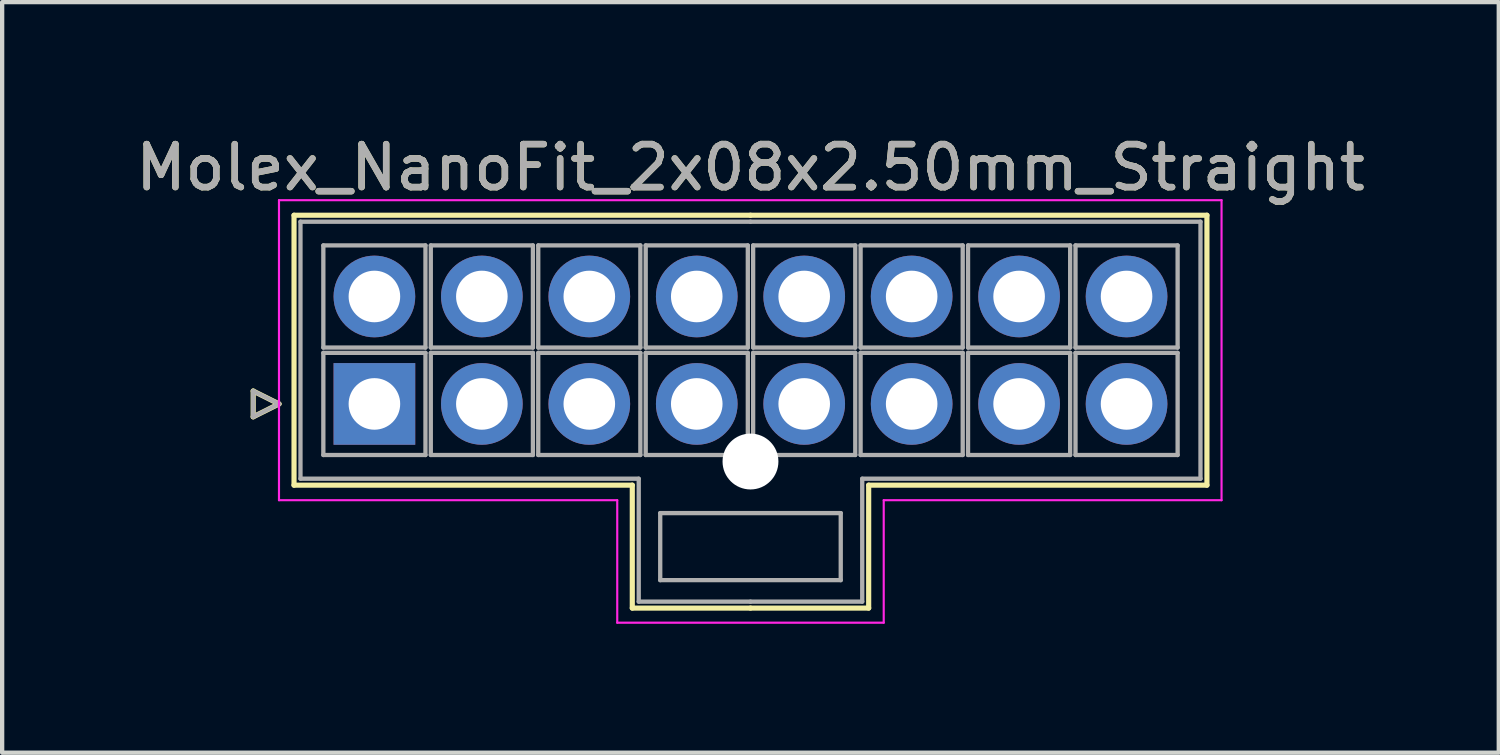
<source format=kicad_pcb>
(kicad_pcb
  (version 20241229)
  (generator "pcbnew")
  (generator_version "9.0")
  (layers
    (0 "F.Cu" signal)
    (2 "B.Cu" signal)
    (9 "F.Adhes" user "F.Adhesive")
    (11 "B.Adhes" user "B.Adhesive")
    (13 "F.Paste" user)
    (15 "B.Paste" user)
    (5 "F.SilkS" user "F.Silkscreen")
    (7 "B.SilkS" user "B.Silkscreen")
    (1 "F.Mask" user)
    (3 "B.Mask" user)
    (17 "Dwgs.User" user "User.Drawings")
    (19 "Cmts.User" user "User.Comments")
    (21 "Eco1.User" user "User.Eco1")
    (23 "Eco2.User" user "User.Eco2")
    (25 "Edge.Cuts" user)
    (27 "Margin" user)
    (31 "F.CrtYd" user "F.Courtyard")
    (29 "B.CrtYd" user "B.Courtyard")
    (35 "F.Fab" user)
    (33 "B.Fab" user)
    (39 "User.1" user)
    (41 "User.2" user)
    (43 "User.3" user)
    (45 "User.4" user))
  (footprint "Molex_NanoFit_2x08x2.50mm_Straight"
    (layer "F.Cu")
    (at 5.661 6.348)
    (property "Reference" "Molex_NanoFit_2x08x2.50mm_Straight" (at 8.75 -5.5 0) (layer "F.SilkS") (effects (font (size 1 1) (thickness 0.15))))
    (attr through_hole)
    (fp_line (start -2.82 -0.3) (end -2.22 0) (stroke (width 0.12) (type solid)) (layer "F.SilkS"))
    (fp_line (start -2.82 0.3) (end -2.82 -0.3) (stroke (width 0.12) (type solid)) (layer "F.SilkS"))
    (fp_line (start -2.22 0) (end -2.82 0.3) (stroke (width 0.12) (type solid)) (layer "F.SilkS"))
    (fp_line (start -1.87 -4.39) (end -1.87 1.89) (stroke (width 0.12) (type solid)) (layer "F.SilkS"))
    (fp_line (start -1.87 1.89) (end 6 1.89) (stroke (width 0.12) (type solid)) (layer "F.SilkS"))
    (fp_line (start 6 1.89) (end 6 4.75) (stroke (width 0.12) (type solid)) (layer "F.SilkS"))
    (fp_line (start 6 4.75) (end 8.75 4.75) (stroke (width 0.12) (type solid)) (layer "F.SilkS"))
    (fp_line (start 8.75 -4.39) (end -1.87 -4.39) (stroke (width 0.12) (type solid)) (layer "F.SilkS"))
    (fp_line (start 8.75 -4.39) (end 19.37 -4.39) (stroke (width 0.12) (type solid)) (layer "F.SilkS"))
    (fp_line (start 11.5 1.89) (end 11.5 4.75) (stroke (width 0.12) (type solid)) (layer "F.SilkS"))
    (fp_line (start 11.5 4.75) (end 8.75 4.75) (stroke (width 0.12) (type solid)) (layer "F.SilkS"))
    (fp_line (start 19.37 -4.39) (end 19.37 1.89) (stroke (width 0.12) (type solid)) (layer "F.SilkS"))
    (fp_line (start 19.37 1.89) (end 11.5 1.89) (stroke (width 0.12) (type solid)) (layer "F.SilkS"))
    (fp_line (start -2.22 -4.74) (end -2.22 2.24) (stroke (width 0.05) (type solid)) (layer "F.CrtYd"))
    (fp_line (start -2.22 2.24) (end 5.65 2.24) (stroke (width 0.05) (type solid)) (layer "F.CrtYd"))
    (fp_line (start 5.65 2.24) (end 5.65 5.09) (stroke (width 0.05) (type solid)) (layer "F.CrtYd"))
    (fp_line (start 5.65 5.09) (end 11.85 5.09) (stroke (width 0.05) (type solid)) (layer "F.CrtYd"))
    (fp_line (start 11.85 2.24) (end 19.71 2.24) (stroke (width 0.05) (type solid)) (layer "F.CrtYd"))
    (fp_line (start 11.85 5.09) (end 11.85 2.24) (stroke (width 0.05) (type solid)) (layer "F.CrtYd"))
    (fp_line (start 19.71 -4.74) (end -2.22 -4.74) (stroke (width 0.05) (type solid)) (layer "F.CrtYd"))
    (fp_line (start 19.71 2.24) (end 19.71 -4.74) (stroke (width 0.05) (type solid)) (layer "F.CrtYd"))
    (fp_line (start -2.82 -0.3) (end -2.22 0) (stroke (width 0.1) (type solid)) (layer "F.Fab"))
    (fp_line (start -2.82 0.3) (end -2.82 -0.3) (stroke (width 0.1) (type solid)) (layer "F.Fab"))
    (fp_line (start -2.22 0) (end -2.82 0.3) (stroke (width 0.1) (type solid)) (layer "F.Fab"))
    (fp_line (start -1.72 -4.24) (end -1.72 1.74) (stroke (width 0.1) (type solid)) (layer "F.Fab"))
    (fp_line (start -1.72 1.74) (end 6.15 1.74) (stroke (width 0.1) (type solid)) (layer "F.Fab"))
    (fp_line (start -1.188 -3.688) (end -1.188 -1.312) (stroke (width 0.1) (type solid)) (layer "F.Fab"))
    (fp_line (start -1.188 -1.312) (end 1.188 -1.312) (stroke (width 0.1) (type solid)) (layer "F.Fab"))
    (fp_line (start -1.188 -1.188) (end -1.188 1.188) (stroke (width 0.1) (type solid)) (layer "F.Fab"))
    (fp_line (start -1.188 1.188) (end 1.188 1.188) (stroke (width 0.1) (type solid)) (layer "F.Fab"))
    (fp_line (start 1.188 -3.688) (end -1.188 -3.688) (stroke (width 0.1) (type solid)) (layer "F.Fab"))
    (fp_line (start 1.188 -1.312) (end 1.188 -3.688) (stroke (width 0.1) (type solid)) (layer "F.Fab"))
    (fp_line (start 1.188 -1.188) (end -1.188 -1.188) (stroke (width 0.1) (type solid)) (layer "F.Fab"))
    (fp_line (start 1.188 1.188) (end 1.188 -1.188) (stroke (width 0.1) (type solid)) (layer "F.Fab"))
    (fp_line (start 1.312 -3.688) (end 1.312 -1.312) (stroke (width 0.1) (type solid)) (layer "F.Fab"))
    (fp_line (start 1.312 -1.312) (end 3.688 -1.312) (stroke (width 0.1) (type solid)) (layer "F.Fab"))
    (fp_line (start 1.312 -1.188) (end 1.312 1.188) (stroke (width 0.1) (type solid)) (layer "F.Fab"))
    (fp_line (start 1.312 1.188) (end 3.688 1.188) (stroke (width 0.1) (type solid)) (layer "F.Fab"))
    (fp_line (start 3.688 -3.688) (end 1.312 -3.688) (stroke (width 0.1) (type solid)) (layer "F.Fab"))
    (fp_line (start 3.688 -1.312) (end 3.688 -3.688) (stroke (width 0.1) (type solid)) (layer "F.Fab"))
    (fp_line (start 3.688 -1.188) (end 1.312 -1.188) (stroke (width 0.1) (type solid)) (layer "F.Fab"))
    (fp_line (start 3.688 1.188) (end 3.688 -1.188) (stroke (width 0.1) (type solid)) (layer "F.Fab"))
    (fp_line (start 3.812 -3.688) (end 3.812 -1.312) (stroke (width 0.1) (type solid)) (layer "F.Fab"))
    (fp_line (start 3.812 -1.312) (end 6.188 -1.312) (stroke (width 0.1) (type solid)) (layer "F.Fab"))
    (fp_line (start 3.812 -1.188) (end 3.812 1.188) (stroke (width 0.1) (type solid)) (layer "F.Fab"))
    (fp_line (start 3.812 1.188) (end 6.188 1.188) (stroke (width 0.1) (type solid)) (layer "F.Fab"))
    (fp_line (start 6.15 1.74) (end 6.15 4.6) (stroke (width 0.1) (type solid)) (layer "F.Fab"))
    (fp_line (start 6.15 4.6) (end 8.75 4.6) (stroke (width 0.1) (type solid)) (layer "F.Fab"))
    (fp_line (start 6.188 -3.688) (end 3.812 -3.688) (stroke (width 0.1) (type solid)) (layer "F.Fab"))
    (fp_line (start 6.188 -1.312) (end 6.188 -3.688) (stroke (width 0.1) (type solid)) (layer "F.Fab"))
    (fp_line (start 6.188 -1.188) (end 3.812 -1.188) (stroke (width 0.1) (type solid)) (layer "F.Fab"))
    (fp_line (start 6.188 1.188) (end 6.188 -1.188) (stroke (width 0.1) (type solid)) (layer "F.Fab"))
    (fp_line (start 6.312 -3.688) (end 6.312 -1.312) (stroke (width 0.1) (type solid)) (layer "F.Fab"))
    (fp_line (start 6.312 -1.312) (end 8.688 -1.312) (stroke (width 0.1) (type solid)) (layer "F.Fab"))
    (fp_line (start 6.312 -1.188) (end 6.312 1.188) (stroke (width 0.1) (type solid)) (layer "F.Fab"))
    (fp_line (start 6.312 1.188) (end 8.688 1.188) (stroke (width 0.1) (type solid)) (layer "F.Fab"))
    (fp_line (start 6.65 2.54) (end 6.65 4.1) (stroke (width 0.1) (type solid)) (layer "F.Fab"))
    (fp_line (start 6.65 4.1) (end 10.85 4.1) (stroke (width 0.1) (type solid)) (layer "F.Fab"))
    (fp_line (start 8.688 -3.688) (end 6.312 -3.688) (stroke (width 0.1) (type solid)) (layer "F.Fab"))
    (fp_line (start 8.688 -1.312) (end 8.688 -3.688) (stroke (width 0.1) (type solid)) (layer "F.Fab"))
    (fp_line (start 8.688 -1.188) (end 6.312 -1.188) (stroke (width 0.1) (type solid)) (layer "F.Fab"))
    (fp_line (start 8.688 1.188) (end 8.688 -1.188) (stroke (width 0.1) (type solid)) (layer "F.Fab"))
    (fp_line (start 8.75 -4.24) (end -1.72 -4.24) (stroke (width 0.1) (type solid)) (layer "F.Fab"))
    (fp_line (start 8.75 -4.24) (end 19.22 -4.24) (stroke (width 0.1) (type solid)) (layer "F.Fab"))
    (fp_line (start 8.812 -3.688) (end 8.812 -1.312) (stroke (width 0.1) (type solid)) (layer "F.Fab"))
    (fp_line (start 8.812 -1.312) (end 11.188 -1.312) (stroke (width 0.1) (type solid)) (layer "F.Fab"))
    (fp_line (start 8.812 -1.188) (end 8.812 1.188) (stroke (width 0.1) (type solid)) (layer "F.Fab"))
    (fp_line (start 8.812 1.188) (end 11.188 1.188) (stroke (width 0.1) (type solid)) (layer "F.Fab"))
    (fp_line (start 10.85 2.54) (end 6.65 2.54) (stroke (width 0.1) (type solid)) (layer "F.Fab"))
    (fp_line (start 10.85 4.1) (end 10.85 2.54) (stroke (width 0.1) (type solid)) (layer "F.Fab"))
    (fp_line (start 11.188 -3.688) (end 8.812 -3.688) (stroke (width 0.1) (type solid)) (layer "F.Fab"))
    (fp_line (start 11.188 -1.312) (end 11.188 -3.688) (stroke (width 0.1) (type solid)) (layer "F.Fab"))
    (fp_line (start 11.188 -1.188) (end 8.812 -1.188) (stroke (width 0.1) (type solid)) (layer "F.Fab"))
    (fp_line (start 11.188 1.188) (end 11.188 -1.188) (stroke (width 0.1) (type solid)) (layer "F.Fab"))
    (fp_line (start 11.312 -3.688) (end 11.312 -1.312) (stroke (width 0.1) (type solid)) (layer "F.Fab"))
    (fp_line (start 11.312 -1.312) (end 13.688 -1.312) (stroke (width 0.1) (type solid)) (layer "F.Fab"))
    (fp_line (start 11.312 -1.188) (end 11.312 1.188) (stroke (width 0.1) (type solid)) (layer "F.Fab"))
    (fp_line (start 11.312 1.188) (end 13.688 1.188) (stroke (width 0.1) (type solid)) (layer "F.Fab"))
    (fp_line (start 11.35 1.74) (end 11.35 4.6) (stroke (width 0.1) (type solid)) (layer "F.Fab"))
    (fp_line (start 11.35 4.6) (end 8.75 4.6) (stroke (width 0.1) (type solid)) (layer "F.Fab"))
    (fp_line (start 13.688 -3.688) (end 11.312 -3.688) (stroke (width 0.1) (type solid)) (layer "F.Fab"))
    (fp_line (start 13.688 -1.312) (end 13.688 -3.688) (stroke (width 0.1) (type solid)) (layer "F.Fab"))
    (fp_line (start 13.688 -1.188) (end 11.312 -1.188) (stroke (width 0.1) (type solid)) (layer "F.Fab"))
    (fp_line (start 13.688 1.188) (end 13.688 -1.188) (stroke (width 0.1) (type solid)) (layer "F.Fab"))
    (fp_line (start 13.812 -3.688) (end 13.812 -1.312) (stroke (width 0.1) (type solid)) (layer "F.Fab"))
    (fp_line (start 13.812 -1.312) (end 16.188 -1.312) (stroke (width 0.1) (type solid)) (layer "F.Fab"))
    (fp_line (start 13.812 -1.188) (end 13.812 1.188) (stroke (width 0.1) (type solid)) (layer "F.Fab"))
    (fp_line (start 13.812 1.188) (end 16.188 1.188) (stroke (width 0.1) (type solid)) (layer "F.Fab"))
    (fp_line (start 16.188 -3.688) (end 13.812 -3.688) (stroke (width 0.1) (type solid)) (layer "F.Fab"))
    (fp_line (start 16.188 -1.312) (end 16.188 -3.688) (stroke (width 0.1) (type solid)) (layer "F.Fab"))
    (fp_line (start 16.188 -1.188) (end 13.812 -1.188) (stroke (width 0.1) (type solid)) (layer "F.Fab"))
    (fp_line (start 16.188 1.188) (end 16.188 -1.188) (stroke (width 0.1) (type solid)) (layer "F.Fab"))
    (fp_line (start 16.312 -3.688) (end 16.312 -1.312) (stroke (width 0.1) (type solid)) (layer "F.Fab"))
    (fp_line (start 16.312 -1.312) (end 18.688 -1.312) (stroke (width 0.1) (type solid)) (layer "F.Fab"))
    (fp_line (start 16.312 -1.188) (end 16.312 1.188) (stroke (width 0.1) (type solid)) (layer "F.Fab"))
    (fp_line (start 16.312 1.188) (end 18.688 1.188) (stroke (width 0.1) (type solid)) (layer "F.Fab"))
    (fp_line (start 18.688 -3.688) (end 16.312 -3.688) (stroke (width 0.1) (type solid)) (layer "F.Fab"))
    (fp_line (start 18.688 -1.312) (end 18.688 -3.688) (stroke (width 0.1) (type solid)) (layer "F.Fab"))
    (fp_line (start 18.688 -1.188) (end 16.312 -1.188) (stroke (width 0.1) (type solid)) (layer "F.Fab"))
    (fp_line (start 18.688 1.188) (end 18.688 -1.188) (stroke (width 0.1) (type solid)) (layer "F.Fab"))
    (fp_line (start 19.22 -4.24) (end 19.22 1.74) (stroke (width 0.1) (type solid)) (layer "F.Fab"))
    (fp_line (start 19.22 1.74) (end 11.35 1.74) (stroke (width 0.1) (type solid)) (layer "F.Fab"))
    (fp_text user "${REFERENCE}" (at 8.75 -5.5 0) (layer "F.Fab") (effects (font (size 1 1) (thickness 0.15))))
    (pad "" np_thru_hole circle (at 8.75 1.34) (size 1.3 1.3) (drill 1.3) (layers "*.Cu" "*.Mask"))
    (pad "1" thru_hole rect (at 0 0) (size 1.9 1.9) (drill 1.2) (layers "*.Cu" "*.Mask"))
    (pad "2" thru_hole circle (at 2.5 0) (size 1.9 1.9) (drill 1.2) (layers "*.Cu" "*.Mask"))
    (pad "3" thru_hole circle (at 5 0) (size 1.9 1.9) (drill 1.2) (layers "*.Cu" "*.Mask"))
    (pad "4" thru_hole circle (at 7.5 0) (size 1.9 1.9) (drill 1.2) (layers "*.Cu" "*.Mask"))
    (pad "5" thru_hole circle (at 10 0) (size 1.9 1.9) (drill 1.2) (layers "*.Cu" "*.Mask"))
    (pad "6" thru_hole circle (at 12.5 0) (size 1.9 1.9) (drill 1.2) (layers "*.Cu" "*.Mask"))
    (pad "7" thru_hole circle (at 15 0) (size 1.9 1.9) (drill 1.2) (layers "*.Cu" "*.Mask"))
    (pad "8" thru_hole circle (at 17.5 0) (size 1.9 1.9) (drill 1.2) (layers "*.Cu" "*.Mask"))
    (pad "9" thru_hole circle (at 0 -2.5) (size 1.9 1.9) (drill 1.2) (layers "*.Cu" "*.Mask"))
    (pad "10" thru_hole circle (at 2.5 -2.5) (size 1.9 1.9) (drill 1.2) (layers "*.Cu" "*.Mask"))
    (pad "11" thru_hole circle (at 5 -2.5) (size 1.9 1.9) (drill 1.2) (layers "*.Cu" "*.Mask"))
    (pad "12" thru_hole circle (at 7.5 -2.5) (size 1.9 1.9) (drill 1.2) (layers "*.Cu" "*.Mask"))
    (pad "13" thru_hole circle (at 10 -2.5) (size 1.9 1.9) (drill 1.2) (layers "*.Cu" "*.Mask"))
    (pad "14" thru_hole circle (at 12.5 -2.5) (size 1.9 1.9) (drill 1.2) (layers "*.Cu" "*.Mask"))
    (pad "15" thru_hole circle (at 15 -2.5) (size 1.9 1.9) (drill 1.2) (layers "*.Cu" "*.Mask"))
    (pad "16" thru_hole circle (at 17.5 -2.5) (size 1.9 1.9) (drill 1.2) (layers "*.Cu" "*.Mask")))
  (gr_rect
    (start -3 -3)
    (end 31.821 14.463)
    (stroke (width 0.1) (type default))
    (fill no)
    (layer "Edge.Cuts")))
</source>
